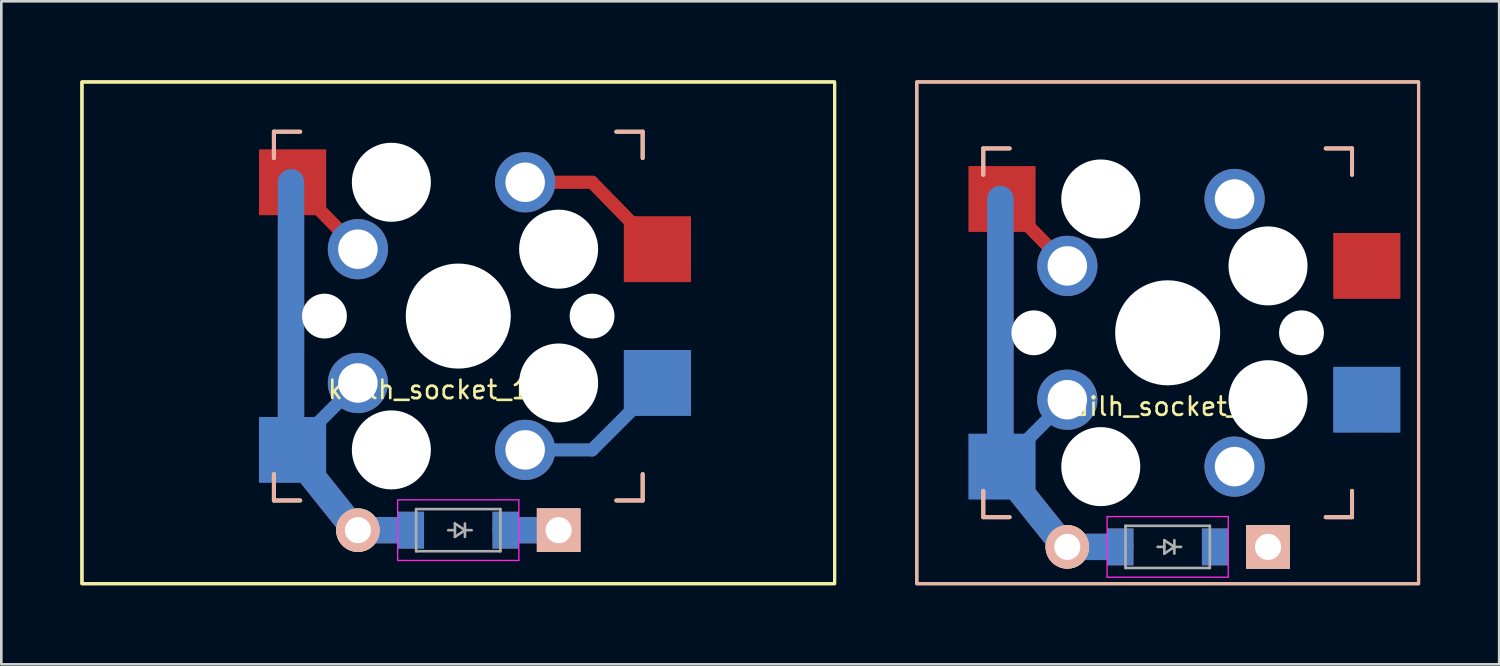
<source format=kicad_pcb>
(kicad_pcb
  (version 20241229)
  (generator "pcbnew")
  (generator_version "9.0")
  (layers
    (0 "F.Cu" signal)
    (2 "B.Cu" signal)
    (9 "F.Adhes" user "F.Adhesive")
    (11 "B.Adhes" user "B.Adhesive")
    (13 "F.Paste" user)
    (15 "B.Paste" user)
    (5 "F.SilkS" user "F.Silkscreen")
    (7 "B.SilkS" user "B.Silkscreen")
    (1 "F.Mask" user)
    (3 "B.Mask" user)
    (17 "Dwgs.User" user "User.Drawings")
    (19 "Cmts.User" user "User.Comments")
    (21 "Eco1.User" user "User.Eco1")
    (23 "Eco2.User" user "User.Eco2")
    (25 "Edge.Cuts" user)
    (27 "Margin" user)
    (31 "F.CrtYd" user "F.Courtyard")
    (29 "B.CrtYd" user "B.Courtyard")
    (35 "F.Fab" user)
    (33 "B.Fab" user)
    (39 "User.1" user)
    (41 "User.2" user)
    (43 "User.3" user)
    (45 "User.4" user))
  (footprint "kailh_socket_1-5U"
    (layer "F.Cu")
    (at 14.348 8.95)
    (property "Reference" "kailh_socket_1-5U" (at 0 2.794 0) (layer "F.SilkS") (effects (font (size 0.7 0.7) (thickness 0.1))))
    (attr through_hole)
    (fp_line (start -6.35 -5.08) (end -6.35 5.08) (stroke (width 1) (type solid)) (layer "F.Cu"))
    (fp_line (start -6.35 5.08) (end -3.81 8.255) (stroke (width 1) (type solid)) (layer "F.Cu"))
    (fp_line (start -3.81 -2.54) (end -6.29 -5.08) (stroke (width 0.5) (type solid)) (layer "F.Cu"))
    (fp_line (start -3.81 8.128) (end -1.8 8.128) (stroke (width 1) (type solid)) (layer "F.Cu"))
    (fp_line (start 1.8 8.128) (end 3.81 8.128) (stroke (width 1) (type solid)) (layer "F.Cu"))
    (fp_line (start 5.08 -5.08) (end 2.54 -5.08) (stroke (width 0.5) (type solid)) (layer "F.Cu"))
    (fp_line (start 7.56 -2.54) (end 5.08 -5.08) (stroke (width 0.5) (type solid)) (layer "F.Cu"))
    (fp_line (start -6.35 -5.08) (end -6.35 5.08) (stroke (width 1) (type solid)) (layer "B.Cu"))
    (fp_line (start -6.35 5.08) (end -3.81 8.255) (stroke (width 1) (type solid)) (layer "B.Cu"))
    (fp_line (start -3.81 2.54) (end -6.35 5.08) (stroke (width 0.5) (type solid)) (layer "B.Cu"))
    (fp_line (start -3.81 8.128) (end -1.8 8.128) (stroke (width 1) (type solid)) (layer "B.Cu"))
    (fp_line (start 1.8 8.128) (end 3.81 8.128) (stroke (width 1) (type solid)) (layer "B.Cu"))
    (fp_line (start 5.08 5.08) (end 2.54 5.08) (stroke (width 0.5) (type solid)) (layer "B.Cu"))
    (fp_line (start 7.62 2.54) (end 5.08 5.08) (stroke (width 0.5) (type solid)) (layer "B.Cu"))
    (fp_line (start -7 -7) (end -6 -7) (stroke (width 0.15) (type solid)) (layer "F.SilkS"))
    (fp_line (start -7 -6) (end -7 -7) (stroke (width 0.15) (type solid)) (layer "F.SilkS"))
    (fp_line (start -7 7) (end -7 6) (stroke (width 0.15) (type solid)) (layer "F.SilkS"))
    (fp_line (start -6 7) (end -7 7) (stroke (width 0.15) (type solid)) (layer "F.SilkS"))
    (fp_line (start 6 -7) (end 7 -7) (stroke (width 0.15) (type solid)) (layer "F.SilkS"))
    (fp_line (start 7 -7) (end 7 -6) (stroke (width 0.15) (type solid)) (layer "F.SilkS"))
    (fp_line (start 7 6) (end 7 7) (stroke (width 0.15) (type solid)) (layer "F.SilkS"))
    (fp_line (start 7 7) (end 6 7) (stroke (width 0.15) (type solid)) (layer "F.SilkS"))
    (fp_rect (start -14.287 -8.89) (end 14.287 10.16) (stroke (width 0.12) (type solid)) (fill no) (layer "F.SilkS"))
    (fp_rect (start -14.287 -8.89) (end 14.287 10.16) (stroke (width 0.12) (type solid)) (fill no) (layer "F.SilkS"))
    (fp_line (start -7 -7) (end -6 -7) (stroke (width 0.15) (type solid)) (layer "B.SilkS"))
    (fp_line (start -7 -6) (end -7 -7) (stroke (width 0.15) (type solid)) (layer "B.SilkS"))
    (fp_line (start -7 7) (end -7 6) (stroke (width 0.15) (type solid)) (layer "B.SilkS"))
    (fp_line (start -6 7) (end -7 7) (stroke (width 0.15) (type solid)) (layer "B.SilkS"))
    (fp_line (start 6 -7) (end 7 -7) (stroke (width 0.15) (type solid)) (layer "B.SilkS"))
    (fp_line (start 7 -7) (end 7 -6) (stroke (width 0.15) (type solid)) (layer "B.SilkS"))
    (fp_line (start 7 6) (end 7 7) (stroke (width 0.15) (type solid)) (layer "B.SilkS"))
    (fp_line (start 7 7) (end 6 7) (stroke (width 0.15) (type solid)) (layer "B.SilkS"))
    (fp_line (start -7.5 -7.5) (end 7.5 -7.5) (stroke (width 0.15) (type solid)) (layer "Eco2.User"))
    (fp_line (start -7.5 7.5) (end -7.5 -7.5) (stroke (width 0.15) (type solid)) (layer "Eco2.User"))
    (fp_line (start -6.9 6.9) (end -6.9 -6.9) (stroke (width 0.15) (type solid)) (layer "Eco2.User"))
    (fp_line (start -6.9 6.9) (end 6.9 6.9) (stroke (width 0.15) (type solid)) (layer "Eco2.User"))
    (fp_line (start 6.9 -6.9) (end -6.9 -6.9) (stroke (width 0.15) (type solid)) (layer "Eco2.User"))
    (fp_line (start 6.9 -6.9) (end 6.9 6.9) (stroke (width 0.15) (type solid)) (layer "Eco2.User"))
    (fp_line (start 7.5 -7.5) (end 7.5 7.5) (stroke (width 0.15) (type solid)) (layer "Eco2.User"))
    (fp_line (start 7.5 7.5) (end -7.5 7.5) (stroke (width 0.15) (type solid)) (layer "Eco2.User"))
    (fp_line (start -2.3 6.978) (end -2.3 9.278) (stroke (width 0.05) (type solid)) (layer "F.CrtYd"))
    (fp_line (start -2.3 6.978) (end 2.3 6.978) (stroke (width 0.05) (type solid)) (layer "F.CrtYd"))
    (fp_line (start -2.3 9.278) (end 2.3 9.278) (stroke (width 0.05) (type solid)) (layer "F.CrtYd"))
    (fp_line (start 2.3 6.978) (end 2.3 9.278) (stroke (width 0.05) (type solid)) (layer "F.CrtYd"))
    (fp_line (start -1.6 7.328) (end 1.6 7.328) (stroke (width 0.1) (type solid)) (layer "F.Fab"))
    (fp_line (start -1.6 8.928) (end -1.6 7.328) (stroke (width 0.1) (type solid)) (layer "F.Fab"))
    (fp_line (start -0.127 7.874) (end 0.254 8.128) (stroke (width 0.1) (type solid)) (layer "F.Fab"))
    (fp_line (start -0.127 8.128) (end -0.381 8.128) (stroke (width 0.1) (type solid)) (layer "F.Fab"))
    (fp_line (start -0.127 8.382) (end -0.127 7.874) (stroke (width 0.1) (type solid)) (layer "F.Fab"))
    (fp_line (start 0.254 8.128) (end -0.127 8.382) (stroke (width 0.1) (type solid)) (layer "F.Fab"))
    (fp_line (start 0.254 8.128) (end 0.508 8.128) (stroke (width 0.1) (type solid)) (layer "F.Fab"))
    (fp_line (start 0.254 8.382) (end 0.254 7.874) (stroke (width 0.1) (type solid)) (layer "F.Fab"))
    (fp_line (start 1.6 7.328) (end 1.6 8.928) (stroke (width 0.1) (type solid)) (layer "F.Fab"))
    (fp_line (start 1.6 8.928) (end -1.6 8.928) (stroke (width 0.1) (type solid)) (layer "F.Fab"))
    (pad "" smd rect (at -6.29 -5.08) (size 2.55 2.5) (layers "F.Cu" "F.Mask" "F.Paste"))
    (pad "" smd rect (at -6.29 5.08) (size 2.55 2.5) (layers "B.Cu" "B.Mask" "B.Paste"))
    (pad "" np_thru_hole circle (at -5.08 0) (size 1.702 1.702) (drill 1.702) (layers "*.Cu" "*.Mask"))
    (pad "" thru_hole circle (at -3.81 -2.54) (size 2.286 2.286) (drill 1.499) (layers "*.Cu" "*.Mask"))
    (pad "" thru_hole circle (at -3.81 2.54) (size 2.286 2.286) (drill 1.499) (layers "*.Cu" "*.Mask"))
    (pad "" thru_hole circle (at -3.81 8.128) (size 1.651 1.651) (drill 0.991) (layers "*.Cu" "*.SilkS" "*.Mask"))
    (pad "" np_thru_hole circle (at -2.54 -5.08) (size 3 3) (drill 3) (layers "*.Cu" "*.Mask"))
    (pad "" np_thru_hole circle (at -2.54 5.08) (size 3 3) (drill 3) (layers "*.Cu" "*.Mask"))
    (pad "" smd rect (at -1.8 8.128) (size 1 1.4) (layers "F.Cu" "F.Mask" "F.Paste"))
    (pad "" smd rect (at -1.8 8.128) (size 1 1.4) (layers "B.Cu" "B.Mask" "B.Paste"))
    (pad "" np_thru_hole circle (at 0 0) (size 3.988 3.988) (drill 3.988) (layers "*.Cu" "*.Mask"))
    (pad "" smd rect (at 1.8 8.128) (size 1 1.4) (layers "F.Cu" "F.Mask" "F.Paste"))
    (pad "" smd rect (at 1.8 8.128) (size 1 1.4) (layers "B.Cu" "B.Mask" "B.Paste"))
    (pad "" thru_hole circle (at 2.54 -5.08) (size 2.286 2.286) (drill 1.499) (layers "*.Cu" "*.Mask"))
    (pad "" thru_hole circle (at 2.54 5.08) (size 2.286 2.286) (drill 1.499) (layers "*.Cu" "*.Mask"))
    (pad "" np_thru_hole circle (at 3.81 -2.54) (size 3 3) (drill 3) (layers "*.Cu" "*.Mask"))
    (pad "" np_thru_hole circle (at 3.81 2.54) (size 3 3) (drill 3) (layers "*.Cu" "*.Mask"))
    (pad "" np_thru_hole circle (at 5.08 0) (size 1.702 1.702) (drill 1.702) (layers "*.Cu" "*.Mask"))
    (pad "1" smd rect (at 7.56 -2.54) (size 2.55 2.5) (layers "F.Cu" "F.Mask" "F.Paste"))
    (pad "1" smd rect (at 7.56 2.54) (size 2.55 2.5) (layers "B.Cu" "B.Mask" "B.Paste"))
    (pad "4" thru_hole rect (at 3.81 8.128) (size 1.651 1.651) (drill 0.991) (layers "*.Cu" "*.SilkS" "*.Mask")))
  (footprint "kailh_socket_1U"
    (layer "F.Cu")
    (at 41.28 9.585)
    (property "Reference" "kailh_socket_1U" (at 0 2.794 0) (layer "F.SilkS") (effects (font (size 0.7 0.7) (thickness 0.1))))
    (attr through_hole)
    (fp_line (start -6.35 -5.08) (end -6.35 5.08) (stroke (width 1) (type solid)) (layer "F.Cu"))
    (fp_line (start -6.35 5.08) (end -3.81 8.255) (stroke (width 1) (type solid)) (layer "F.Cu"))
    (fp_line (start -3.81 -2.54) (end -6.29 -5.08) (stroke (width 0.5) (type solid)) (layer "F.Cu"))
    (fp_line (start -3.81 8.128) (end -1.8 8.128) (stroke (width 1) (type solid)) (layer "F.Cu"))
    (fp_line (start -6.35 -5.08) (end -6.35 5.08) (stroke (width 1) (type solid)) (layer "B.Cu"))
    (fp_line (start -6.35 5.08) (end -3.81 8.255) (stroke (width 1) (type solid)) (layer "B.Cu"))
    (fp_line (start -3.81 2.54) (end -6.35 5.08) (stroke (width 0.5) (type solid)) (layer "B.Cu"))
    (fp_line (start -3.81 8.128) (end -1.8 8.128) (stroke (width 1) (type solid)) (layer "B.Cu"))
    (fp_line (start -7 -7) (end -6 -7) (stroke (width 0.15) (type solid)) (layer "F.SilkS"))
    (fp_line (start -7 -6) (end -7 -7) (stroke (width 0.15) (type solid)) (layer "F.SilkS"))
    (fp_line (start -7 7) (end -7 6) (stroke (width 0.15) (type solid)) (layer "F.SilkS"))
    (fp_line (start -6 7) (end -7 7) (stroke (width 0.15) (type solid)) (layer "F.SilkS"))
    (fp_line (start 6 -7) (end 7 -7) (stroke (width 0.15) (type solid)) (layer "F.SilkS"))
    (fp_line (start 7 -7) (end 7 -6) (stroke (width 0.15) (type solid)) (layer "F.SilkS"))
    (fp_line (start 7 6) (end 7 7) (stroke (width 0.15) (type solid)) (layer "F.SilkS"))
    (fp_line (start 7 7) (end 6 7) (stroke (width 0.15) (type solid)) (layer "F.SilkS"))
    (fp_rect (start 9.525 9.525) (end -9.525 -9.525) (stroke (width 0.12) (type solid)) (fill no) (layer "F.SilkS"))
    (fp_line (start -7 -7) (end -6 -7) (stroke (width 0.15) (type solid)) (layer "B.SilkS"))
    (fp_line (start -7 -6) (end -7 -7) (stroke (width 0.15) (type solid)) (layer "B.SilkS"))
    (fp_line (start -7 7) (end -7 6) (stroke (width 0.15) (type solid)) (layer "B.SilkS"))
    (fp_line (start -6 7) (end -7 7) (stroke (width 0.15) (type solid)) (layer "B.SilkS"))
    (fp_line (start 6 -7) (end 7 -7) (stroke (width 0.15) (type solid)) (layer "B.SilkS"))
    (fp_line (start 7 -7) (end 7 -6) (stroke (width 0.15) (type solid)) (layer "B.SilkS"))
    (fp_line (start 7 6) (end 7 7) (stroke (width 0.15) (type solid)) (layer "B.SilkS"))
    (fp_line (start 7 7) (end 6 7) (stroke (width 0.15) (type solid)) (layer "B.SilkS"))
    (fp_rect (start 9.525 9.525) (end -9.525 -9.525) (stroke (width 0.12) (type solid)) (fill no) (layer "B.SilkS"))
    (fp_line (start -7.5 -7.5) (end 7.5 -7.5) (stroke (width 0.15) (type solid)) (layer "Eco2.User"))
    (fp_line (start -7.5 7.5) (end -7.5 -7.5) (stroke (width 0.15) (type solid)) (layer "Eco2.User"))
    (fp_line (start -6.9 6.9) (end -6.9 -6.9) (stroke (width 0.15) (type solid)) (layer "Eco2.User"))
    (fp_line (start -6.9 6.9) (end 6.9 6.9) (stroke (width 0.15) (type solid)) (layer "Eco2.User"))
    (fp_line (start 6.9 -6.9) (end -6.9 -6.9) (stroke (width 0.15) (type solid)) (layer "Eco2.User"))
    (fp_line (start 6.9 -6.9) (end 6.9 6.9) (stroke (width 0.15) (type solid)) (layer "Eco2.User"))
    (fp_line (start 7.5 -7.5) (end 7.5 7.5) (stroke (width 0.15) (type solid)) (layer "Eco2.User"))
    (fp_line (start 7.5 7.5) (end -7.5 7.5) (stroke (width 0.15) (type solid)) (layer "Eco2.User"))
    (fp_line (start -2.3 6.978) (end -2.3 9.278) (stroke (width 0.05) (type solid)) (layer "F.CrtYd"))
    (fp_line (start -2.3 6.978) (end 2.3 6.978) (stroke (width 0.05) (type solid)) (layer "F.CrtYd"))
    (fp_line (start -2.3 9.278) (end 2.3 9.278) (stroke (width 0.05) (type solid)) (layer "F.CrtYd"))
    (fp_line (start 2.3 6.978) (end 2.3 9.278) (stroke (width 0.05) (type solid)) (layer "F.CrtYd"))
    (fp_line (start -1.6 7.328) (end 1.6 7.328) (stroke (width 0.1) (type solid)) (layer "F.Fab"))
    (fp_line (start -1.6 8.928) (end -1.6 7.328) (stroke (width 0.1) (type solid)) (layer "F.Fab"))
    (fp_line (start -0.127 7.874) (end 0.254 8.128) (stroke (width 0.1) (type solid)) (layer "F.Fab"))
    (fp_line (start -0.127 8.128) (end -0.381 8.128) (stroke (width 0.1) (type solid)) (layer "F.Fab"))
    (fp_line (start -0.127 8.382) (end -0.127 7.874) (stroke (width 0.1) (type solid)) (layer "F.Fab"))
    (fp_line (start 0.254 8.128) (end -0.127 8.382) (stroke (width 0.1) (type solid)) (layer "F.Fab"))
    (fp_line (start 0.254 8.128) (end 0.508 8.128) (stroke (width 0.1) (type solid)) (layer "F.Fab"))
    (fp_line (start 0.254 8.382) (end 0.254 7.874) (stroke (width 0.1) (type solid)) (layer "F.Fab"))
    (fp_line (start 1.6 7.328) (end 1.6 8.928) (stroke (width 0.1) (type solid)) (layer "F.Fab"))
    (fp_line (start 1.6 8.928) (end -1.6 8.928) (stroke (width 0.1) (type solid)) (layer "F.Fab"))
    (pad "" smd rect (at -6.29 -5.08) (size 2.55 2.5) (layers "F.Cu" "F.Mask" "F.Paste"))
    (pad "" smd rect (at -6.29 5.08) (size 2.55 2.5) (layers "B.Cu" "B.Mask" "B.Paste"))
    (pad "" np_thru_hole circle (at -5.08 0) (size 1.702 1.702) (drill 1.702) (layers "*.Cu" "*.Mask"))
    (pad "" thru_hole circle (at -3.81 -2.54) (size 2.286 2.286) (drill 1.499) (layers "*.Cu" "*.Mask"))
    (pad "" thru_hole circle (at -3.81 2.54) (size 2.286 2.286) (drill 1.499) (layers "*.Cu" "*.Mask"))
    (pad "" thru_hole circle (at -3.81 8.128) (size 1.651 1.651) (drill 0.991) (layers "*.Cu" "*.SilkS" "*.Mask"))
    (pad "" np_thru_hole circle (at -2.54 -5.08) (size 3 3) (drill 3) (layers "*.Cu" "*.Mask"))
    (pad "" np_thru_hole circle (at -2.54 5.08) (size 3 3) (drill 3) (layers "*.Cu" "*.Mask"))
    (pad "" smd rect (at -1.8 8.128) (size 1 1.4) (layers "F.Cu" "F.Mask" "F.Paste"))
    (pad "" smd rect (at -1.8 8.128) (size 1 1.4) (layers "B.Cu" "B.Mask" "B.Paste"))
    (pad "" np_thru_hole circle (at 0 0) (size 3.988 3.988) (drill 3.988) (layers "*.Cu" "*.Mask"))
    (pad "" smd rect (at 1.8 8.128) (size 1 1.4) (layers "B.Cu" "B.Mask" "B.Paste"))
    (pad "" np_thru_hole circle (at 3.81 -2.54) (size 3 3) (drill 3) (layers "*.Cu" "*.Mask"))
    (pad "" np_thru_hole circle (at 3.81 2.54) (size 3 3) (drill 3) (layers "*.Cu" "*.Mask"))
    (pad "" np_thru_hole circle (at 5.08 0) (size 1.702 1.702) (drill 1.702) (layers "*.Cu" "*.Mask"))
    (pad "1" thru_hole circle (at 2.54 -5.08) (size 2.286 2.286) (drill 1.499) (layers "*.Cu" "*.Mask"))
    (pad "1" thru_hole circle (at 2.54 5.08) (size 2.286 2.286) (drill 1.499) (layers "*.Cu" "*.Mask"))
    (pad "1" smd rect (at 7.56 -2.54) (size 2.55 2.5) (layers "F.Cu" "F.Mask" "F.Paste"))
    (pad "1" smd rect (at 7.56 2.54) (size 2.55 2.5) (layers "B.Cu" "B.Mask" "B.Paste"))
    (pad "4" smd rect (at 1.8 8.128) (size 1 1.4) (layers "F.Cu" "F.Mask" "F.Paste"))
    (pad "4" thru_hole rect (at 3.81 8.128) (size 1.651 1.651) (drill 0.991) (layers "*.Cu" "*.SilkS" "*.Mask")))
  (gr_rect
    (start -3 -3)
    (end 53.865 22.17)
    (stroke (width 0.1) (type default))
    (fill no)
    (layer "Edge.Cuts")))
</source>
